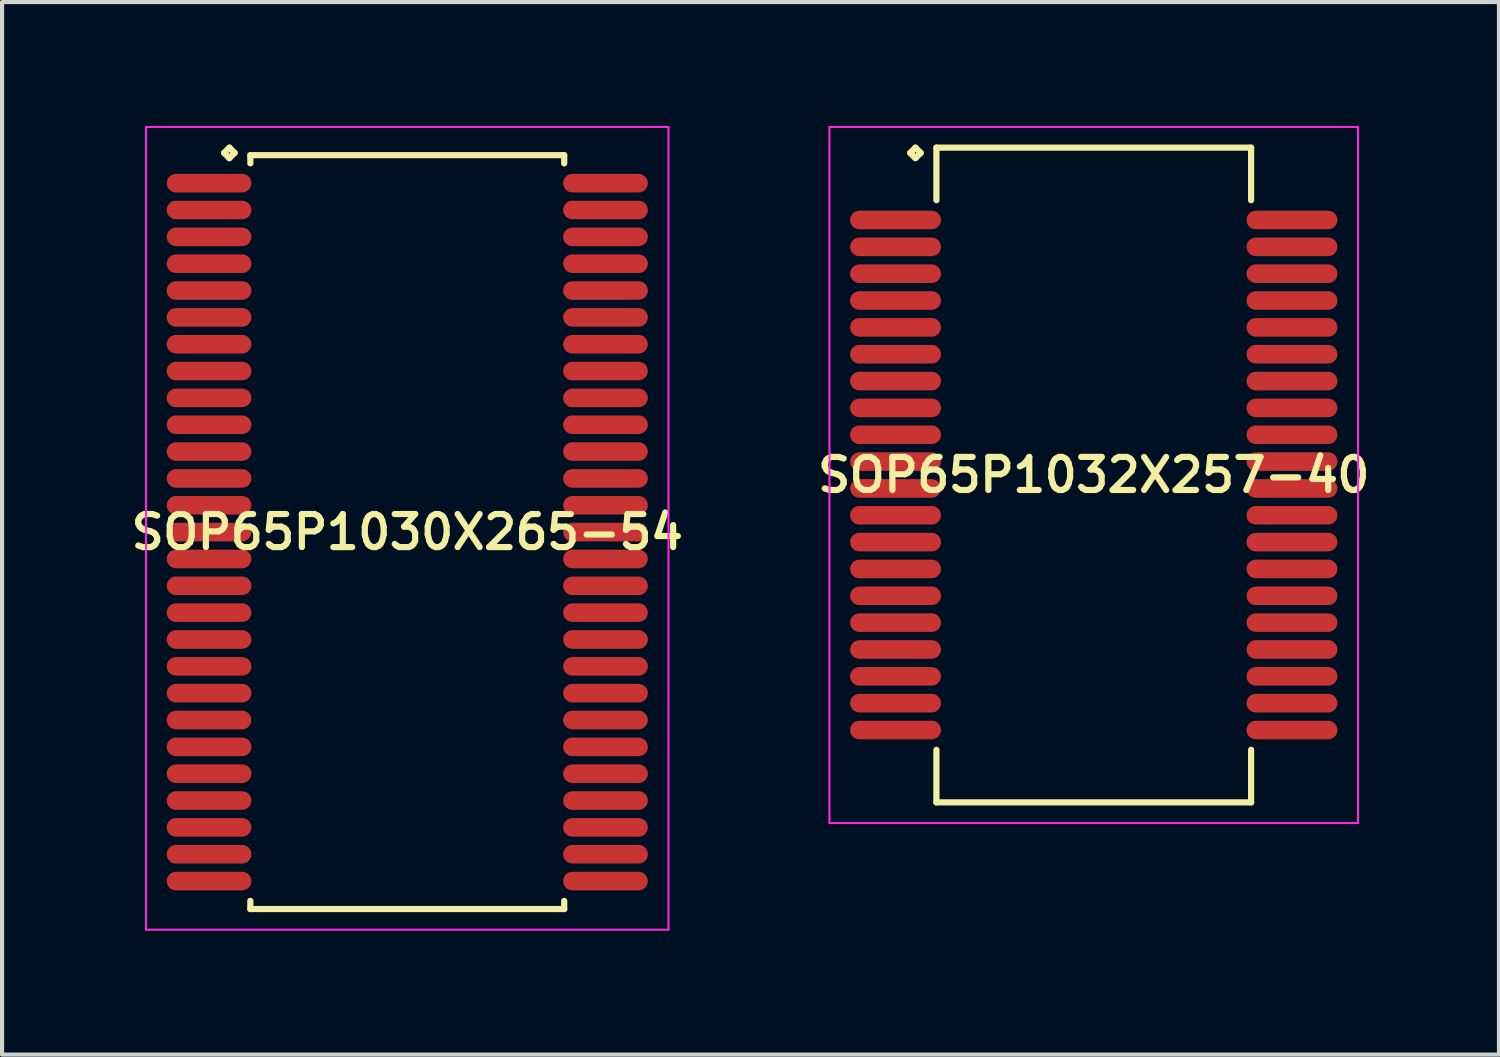
<source format=kicad_pcb>
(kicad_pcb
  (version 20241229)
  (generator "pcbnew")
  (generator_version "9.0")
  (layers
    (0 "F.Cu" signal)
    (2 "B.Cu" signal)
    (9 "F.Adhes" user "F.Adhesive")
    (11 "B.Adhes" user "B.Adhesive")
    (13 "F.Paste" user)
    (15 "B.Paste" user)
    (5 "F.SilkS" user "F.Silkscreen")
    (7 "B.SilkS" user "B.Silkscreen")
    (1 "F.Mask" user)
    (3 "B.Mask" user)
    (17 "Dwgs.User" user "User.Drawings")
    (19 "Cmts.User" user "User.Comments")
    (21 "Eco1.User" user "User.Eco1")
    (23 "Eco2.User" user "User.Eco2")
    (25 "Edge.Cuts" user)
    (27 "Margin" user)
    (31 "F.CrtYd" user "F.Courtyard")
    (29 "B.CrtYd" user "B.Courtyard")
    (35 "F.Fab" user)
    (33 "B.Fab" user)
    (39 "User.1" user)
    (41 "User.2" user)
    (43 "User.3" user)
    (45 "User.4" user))
  (footprint "SOP65P1030X265-54"
    (layer "F.Cu")
    (at 6.812 9.835)
    (property "Reference" "SOP65P1030X265-54" (at 0 0 0) (layer "F.SilkS") (effects (font (size 0.8 0.8) (thickness 0.15))))
    (attr smd)
    (fp_line (start -4.435 -9.183) (end -4.308 -9.31) (stroke (width 0.15) (type solid)) (layer "F.SilkS"))
    (fp_line (start -4.308 -9.31) (end -4.181 -9.183) (stroke (width 0.15) (type solid)) (layer "F.SilkS"))
    (fp_line (start -4.308 -9.056) (end -4.435 -9.183) (stroke (width 0.15) (type solid)) (layer "F.SilkS"))
    (fp_line (start -4.181 -9.183) (end -4.308 -9.056) (stroke (width 0.15) (type solid)) (layer "F.SilkS"))
    (fp_line (start -3.8 -9.127) (end 3.8 -9.127) (stroke (width 0.15) (type solid)) (layer "F.SilkS"))
    (fp_line (start -3.8 -8.929) (end -3.8 -9.127) (stroke (width 0.15) (type solid)) (layer "F.SilkS"))
    (fp_line (start -3.8 8.929) (end -3.8 9.127) (stroke (width 0.15) (type solid)) (layer "F.SilkS"))
    (fp_line (start -3.8 9.127) (end 3.8 9.127) (stroke (width 0.15) (type solid)) (layer "F.SilkS"))
    (fp_line (start 3.8 -9.127) (end 3.8 -8.929) (stroke (width 0.15) (type solid)) (layer "F.SilkS"))
    (fp_line (start 3.8 9.127) (end 3.8 8.929) (stroke (width 0.15) (type solid)) (layer "F.SilkS"))
    (fp_line (start -6.325 -9.81) (end 6.325 -9.81) (stroke (width 0.05) (type solid)) (layer "F.CrtYd"))
    (fp_line (start -6.325 9.627) (end -6.325 -9.81) (stroke (width 0.05) (type solid)) (layer "F.CrtYd"))
    (fp_line (start 6.325 -9.81) (end 6.325 9.627) (stroke (width 0.05) (type solid)) (layer "F.CrtYd"))
    (fp_line (start 6.325 9.627) (end -6.325 9.627) (stroke (width 0.05) (type solid)) (layer "F.CrtYd"))
    (pad "1" smd oval (at -4.8 -8.45) (size 2.05 0.45) (layers "F.Cu" "F.Mask" "F.Paste"))
    (pad "2" smd oval (at -4.8 -7.8) (size 2.05 0.45) (layers "F.Cu" "F.Mask" "F.Paste"))
    (pad "3" smd oval (at -4.8 -7.15) (size 2.05 0.45) (layers "F.Cu" "F.Mask" "F.Paste"))
    (pad "4" smd oval (at -4.8 -6.5) (size 2.05 0.45) (layers "F.Cu" "F.Mask" "F.Paste"))
    (pad "5" smd oval (at -4.8 -5.85) (size 2.05 0.45) (layers "F.Cu" "F.Mask" "F.Paste"))
    (pad "6" smd oval (at -4.8 -5.2) (size 2.05 0.45) (layers "F.Cu" "F.Mask" "F.Paste"))
    (pad "7" smd oval (at -4.8 -4.55) (size 2.05 0.45) (layers "F.Cu" "F.Mask" "F.Paste"))
    (pad "8" smd oval (at -4.8 -3.9) (size 2.05 0.45) (layers "F.Cu" "F.Mask" "F.Paste"))
    (pad "9" smd oval (at -4.8 -3.25) (size 2.05 0.45) (layers "F.Cu" "F.Mask" "F.Paste"))
    (pad "10" smd oval (at -4.8 -2.6) (size 2.05 0.45) (layers "F.Cu" "F.Mask" "F.Paste"))
    (pad "11" smd oval (at -4.8 -1.95) (size 2.05 0.45) (layers "F.Cu" "F.Mask" "F.Paste"))
    (pad "12" smd oval (at -4.8 -1.3) (size 2.05 0.45) (layers "F.Cu" "F.Mask" "F.Paste"))
    (pad "13" smd oval (at -4.8 -0.65) (size 2.05 0.45) (layers "F.Cu" "F.Mask" "F.Paste"))
    (pad "14" smd oval (at -4.8 0) (size 2.05 0.45) (layers "F.Cu" "F.Mask" "F.Paste"))
    (pad "15" smd oval (at -4.8 0.65) (size 2.05 0.45) (layers "F.Cu" "F.Mask" "F.Paste"))
    (pad "16" smd oval (at -4.8 1.3) (size 2.05 0.45) (layers "F.Cu" "F.Mask" "F.Paste"))
    (pad "17" smd oval (at -4.8 1.95) (size 2.05 0.45) (layers "F.Cu" "F.Mask" "F.Paste"))
    (pad "18" smd oval (at -4.8 2.6) (size 2.05 0.45) (layers "F.Cu" "F.Mask" "F.Paste"))
    (pad "19" smd oval (at -4.8 3.25) (size 2.05 0.45) (layers "F.Cu" "F.Mask" "F.Paste"))
    (pad "20" smd oval (at -4.8 3.9) (size 2.05 0.45) (layers "F.Cu" "F.Mask" "F.Paste"))
    (pad "21" smd oval (at -4.8 4.55) (size 2.05 0.45) (layers "F.Cu" "F.Mask" "F.Paste"))
    (pad "22" smd oval (at -4.8 5.2) (size 2.05 0.45) (layers "F.Cu" "F.Mask" "F.Paste"))
    (pad "23" smd oval (at -4.8 5.85) (size 2.05 0.45) (layers "F.Cu" "F.Mask" "F.Paste"))
    (pad "24" smd oval (at -4.8 6.5) (size 2.05 0.45) (layers "F.Cu" "F.Mask" "F.Paste"))
    (pad "25" smd oval (at -4.8 7.15) (size 2.05 0.45) (layers "F.Cu" "F.Mask" "F.Paste"))
    (pad "26" smd oval (at -4.8 7.8) (size 2.05 0.45) (layers "F.Cu" "F.Mask" "F.Paste"))
    (pad "27" smd oval (at -4.8 8.45) (size 2.05 0.45) (layers "F.Cu" "F.Mask" "F.Paste"))
    (pad "28" smd oval (at 4.8 8.45) (size 2.05 0.45) (layers "F.Cu" "F.Mask" "F.Paste"))
    (pad "29" smd oval (at 4.8 7.8) (size 2.05 0.45) (layers "F.Cu" "F.Mask" "F.Paste"))
    (pad "30" smd oval (at 4.8 7.15) (size 2.05 0.45) (layers "F.Cu" "F.Mask" "F.Paste"))
    (pad "31" smd oval (at 4.8 6.5) (size 2.05 0.45) (layers "F.Cu" "F.Mask" "F.Paste"))
    (pad "32" smd oval (at 4.8 5.85) (size 2.05 0.45) (layers "F.Cu" "F.Mask" "F.Paste"))
    (pad "33" smd oval (at 4.8 5.2) (size 2.05 0.45) (layers "F.Cu" "F.Mask" "F.Paste"))
    (pad "34" smd oval (at 4.8 4.55) (size 2.05 0.45) (layers "F.Cu" "F.Mask" "F.Paste"))
    (pad "35" smd oval (at 4.8 3.9) (size 2.05 0.45) (layers "F.Cu" "F.Mask" "F.Paste"))
    (pad "36" smd oval (at 4.8 3.25) (size 2.05 0.45) (layers "F.Cu" "F.Mask" "F.Paste"))
    (pad "37" smd oval (at 4.8 2.6) (size 2.05 0.45) (layers "F.Cu" "F.Mask" "F.Paste"))
    (pad "38" smd oval (at 4.8 1.95) (size 2.05 0.45) (layers "F.Cu" "F.Mask" "F.Paste"))
    (pad "39" smd oval (at 4.8 1.3) (size 2.05 0.45) (layers "F.Cu" "F.Mask" "F.Paste"))
    (pad "40" smd oval (at 4.8 0.65) (size 2.05 0.45) (layers "F.Cu" "F.Mask" "F.Paste"))
    (pad "41" smd oval (at 4.8 0) (size 2.05 0.45) (layers "F.Cu" "F.Mask" "F.Paste"))
    (pad "42" smd oval (at 4.8 -0.65) (size 2.05 0.45) (layers "F.Cu" "F.Mask" "F.Paste"))
    (pad "43" smd oval (at 4.8 -1.3) (size 2.05 0.45) (layers "F.Cu" "F.Mask" "F.Paste"))
    (pad "44" smd oval (at 4.8 -1.95) (size 2.05 0.45) (layers "F.Cu" "F.Mask" "F.Paste"))
    (pad "45" smd oval (at 4.8 -2.6) (size 2.05 0.45) (layers "F.Cu" "F.Mask" "F.Paste"))
    (pad "46" smd oval (at 4.8 -3.25) (size 2.05 0.45) (layers "F.Cu" "F.Mask" "F.Paste"))
    (pad "47" smd oval (at 4.8 -3.9) (size 2.05 0.45) (layers "F.Cu" "F.Mask" "F.Paste"))
    (pad "48" smd oval (at 4.8 -4.55) (size 2.05 0.45) (layers "F.Cu" "F.Mask" "F.Paste"))
    (pad "49" smd oval (at 4.8 -5.2) (size 2.05 0.45) (layers "F.Cu" "F.Mask" "F.Paste"))
    (pad "50" smd oval (at 4.8 -5.85) (size 2.05 0.45) (layers "F.Cu" "F.Mask" "F.Paste"))
    (pad "51" smd oval (at 4.8 -6.5) (size 2.05 0.45) (layers "F.Cu" "F.Mask" "F.Paste"))
    (pad "52" smd oval (at 4.8 -7.15) (size 2.05 0.45) (layers "F.Cu" "F.Mask" "F.Paste"))
    (pad "53" smd oval (at 4.8 -7.8) (size 2.05 0.45) (layers "F.Cu" "F.Mask" "F.Paste"))
    (pad "54" smd oval (at 4.8 -8.45) (size 2.05 0.45) (layers "F.Cu" "F.Mask" "F.Paste")))
  (footprint "SOP65P1032X257-40"
    (layer "F.Cu")
    (at 23.435 8.452)
    (property "Reference" "SOP65P1032X257-40" (at 0 0 0) (layer "F.SilkS") (effects (font (size 0.8 0.8) (thickness 0.15))))
    (attr smd)
    (fp_line (start -4.445 -7.8) (end -4.318 -7.927) (stroke (width 0.15) (type solid)) (layer "F.SilkS"))
    (fp_line (start -4.318 -7.927) (end -4.191 -7.8) (stroke (width 0.15) (type solid)) (layer "F.SilkS"))
    (fp_line (start -4.318 -7.673) (end -4.445 -7.8) (stroke (width 0.15) (type solid)) (layer "F.SilkS"))
    (fp_line (start -4.191 -7.8) (end -4.318 -7.673) (stroke (width 0.15) (type solid)) (layer "F.SilkS"))
    (fp_line (start -3.81 -7.927) (end 3.81 -7.927) (stroke (width 0.15) (type solid)) (layer "F.SilkS"))
    (fp_line (start -3.81 -6.654) (end -3.81 -7.927) (stroke (width 0.15) (type solid)) (layer "F.SilkS"))
    (fp_line (start -3.81 6.654) (end -3.81 7.927) (stroke (width 0.15) (type solid)) (layer "F.SilkS"))
    (fp_line (start -3.81 7.927) (end 3.81 7.927) (stroke (width 0.15) (type solid)) (layer "F.SilkS"))
    (fp_line (start 3.81 -7.927) (end 3.81 -6.654) (stroke (width 0.15) (type solid)) (layer "F.SilkS"))
    (fp_line (start 3.81 7.927) (end 3.81 6.654) (stroke (width 0.15) (type solid)) (layer "F.SilkS"))
    (fp_line (start -6.4 -8.427) (end 6.4 -8.427) (stroke (width 0.05) (type solid)) (layer "F.CrtYd"))
    (fp_line (start -6.4 8.427) (end -6.4 -8.427) (stroke (width 0.05) (type solid)) (layer "F.CrtYd"))
    (fp_line (start 6.4 -8.427) (end 6.4 8.427) (stroke (width 0.05) (type solid)) (layer "F.CrtYd"))
    (fp_line (start 6.4 8.427) (end -6.4 8.427) (stroke (width 0.05) (type solid)) (layer "F.CrtYd"))
    (pad "1" smd oval (at -4.8 -6.175) (size 2.2 0.45) (layers "F.Cu" "F.Mask" "F.Paste"))
    (pad "2" smd oval (at -4.8 -5.525) (size 2.2 0.45) (layers "F.Cu" "F.Mask" "F.Paste"))
    (pad "3" smd oval (at -4.8 -4.875) (size 2.2 0.45) (layers "F.Cu" "F.Mask" "F.Paste"))
    (pad "4" smd oval (at -4.8 -4.225) (size 2.2 0.45) (layers "F.Cu" "F.Mask" "F.Paste"))
    (pad "5" smd oval (at -4.8 -3.575) (size 2.2 0.45) (layers "F.Cu" "F.Mask" "F.Paste"))
    (pad "6" smd oval (at -4.8 -2.925) (size 2.2 0.45) (layers "F.Cu" "F.Mask" "F.Paste"))
    (pad "7" smd oval (at -4.8 -2.275) (size 2.2 0.45) (layers "F.Cu" "F.Mask" "F.Paste"))
    (pad "8" smd oval (at -4.8 -1.625) (size 2.2 0.45) (layers "F.Cu" "F.Mask" "F.Paste"))
    (pad "9" smd oval (at -4.8 -0.975) (size 2.2 0.45) (layers "F.Cu" "F.Mask" "F.Paste"))
    (pad "10" smd oval (at -4.8 -0.325) (size 2.2 0.45) (layers "F.Cu" "F.Mask" "F.Paste"))
    (pad "11" smd oval (at -4.8 0.325) (size 2.2 0.45) (layers "F.Cu" "F.Mask" "F.Paste"))
    (pad "12" smd oval (at -4.8 0.975) (size 2.2 0.45) (layers "F.Cu" "F.Mask" "F.Paste"))
    (pad "13" smd oval (at -4.8 1.625) (size 2.2 0.45) (layers "F.Cu" "F.Mask" "F.Paste"))
    (pad "14" smd oval (at -4.8 2.275) (size 2.2 0.45) (layers "F.Cu" "F.Mask" "F.Paste"))
    (pad "15" smd oval (at -4.8 2.925) (size 2.2 0.45) (layers "F.Cu" "F.Mask" "F.Paste"))
    (pad "16" smd oval (at -4.8 3.575) (size 2.2 0.45) (layers "F.Cu" "F.Mask" "F.Paste"))
    (pad "17" smd oval (at -4.8 4.225) (size 2.2 0.45) (layers "F.Cu" "F.Mask" "F.Paste"))
    (pad "18" smd oval (at -4.8 4.875) (size 2.2 0.45) (layers "F.Cu" "F.Mask" "F.Paste"))
    (pad "19" smd oval (at -4.8 5.525) (size 2.2 0.45) (layers "F.Cu" "F.Mask" "F.Paste"))
    (pad "20" smd oval (at -4.8 6.175) (size 2.2 0.45) (layers "F.Cu" "F.Mask" "F.Paste"))
    (pad "21" smd oval (at 4.8 6.175) (size 2.2 0.45) (layers "F.Cu" "F.Mask" "F.Paste"))
    (pad "22" smd oval (at 4.8 5.525) (size 2.2 0.45) (layers "F.Cu" "F.Mask" "F.Paste"))
    (pad "23" smd oval (at 4.8 4.875) (size 2.2 0.45) (layers "F.Cu" "F.Mask" "F.Paste"))
    (pad "24" smd oval (at 4.8 4.225) (size 2.2 0.45) (layers "F.Cu" "F.Mask" "F.Paste"))
    (pad "25" smd oval (at 4.8 3.575) (size 2.2 0.45) (layers "F.Cu" "F.Mask" "F.Paste"))
    (pad "26" smd oval (at 4.8 2.925) (size 2.2 0.45) (layers "F.Cu" "F.Mask" "F.Paste"))
    (pad "27" smd oval (at 4.8 2.275) (size 2.2 0.45) (layers "F.Cu" "F.Mask" "F.Paste"))
    (pad "28" smd oval (at 4.8 1.625) (size 2.2 0.45) (layers "F.Cu" "F.Mask" "F.Paste"))
    (pad "29" smd oval (at 4.8 0.975) (size 2.2 0.45) (layers "F.Cu" "F.Mask" "F.Paste"))
    (pad "30" smd oval (at 4.8 0.325) (size 2.2 0.45) (layers "F.Cu" "F.Mask" "F.Paste"))
    (pad "31" smd oval (at 4.8 -0.325) (size 2.2 0.45) (layers "F.Cu" "F.Mask" "F.Paste"))
    (pad "32" smd oval (at 4.8 -0.975) (size 2.2 0.45) (layers "F.Cu" "F.Mask" "F.Paste"))
    (pad "33" smd oval (at 4.8 -1.625) (size 2.2 0.45) (layers "F.Cu" "F.Mask" "F.Paste"))
    (pad "34" smd oval (at 4.8 -2.275) (size 2.2 0.45) (layers "F.Cu" "F.Mask" "F.Paste"))
    (pad "35" smd oval (at 4.8 -2.925) (size 2.2 0.45) (layers "F.Cu" "F.Mask" "F.Paste"))
    (pad "36" smd oval (at 4.8 -3.575) (size 2.2 0.45) (layers "F.Cu" "F.Mask" "F.Paste"))
    (pad "37" smd oval (at 4.8 -4.225) (size 2.2 0.45) (layers "F.Cu" "F.Mask" "F.Paste"))
    (pad "38" smd oval (at 4.8 -4.875) (size 2.2 0.45) (layers "F.Cu" "F.Mask" "F.Paste"))
    (pad "39" smd oval (at 4.8 -5.525) (size 2.2 0.45) (layers "F.Cu" "F.Mask" "F.Paste"))
    (pad "40" smd oval (at 4.8 -6.175) (size 2.2 0.45) (layers "F.Cu" "F.Mask" "F.Paste")))
  (gr_rect
    (start -3 -3)
    (end 33.247 22.487)
    (stroke (width 0.1) (type default))
    (fill no)
    (layer "Edge.Cuts")))
</source>
